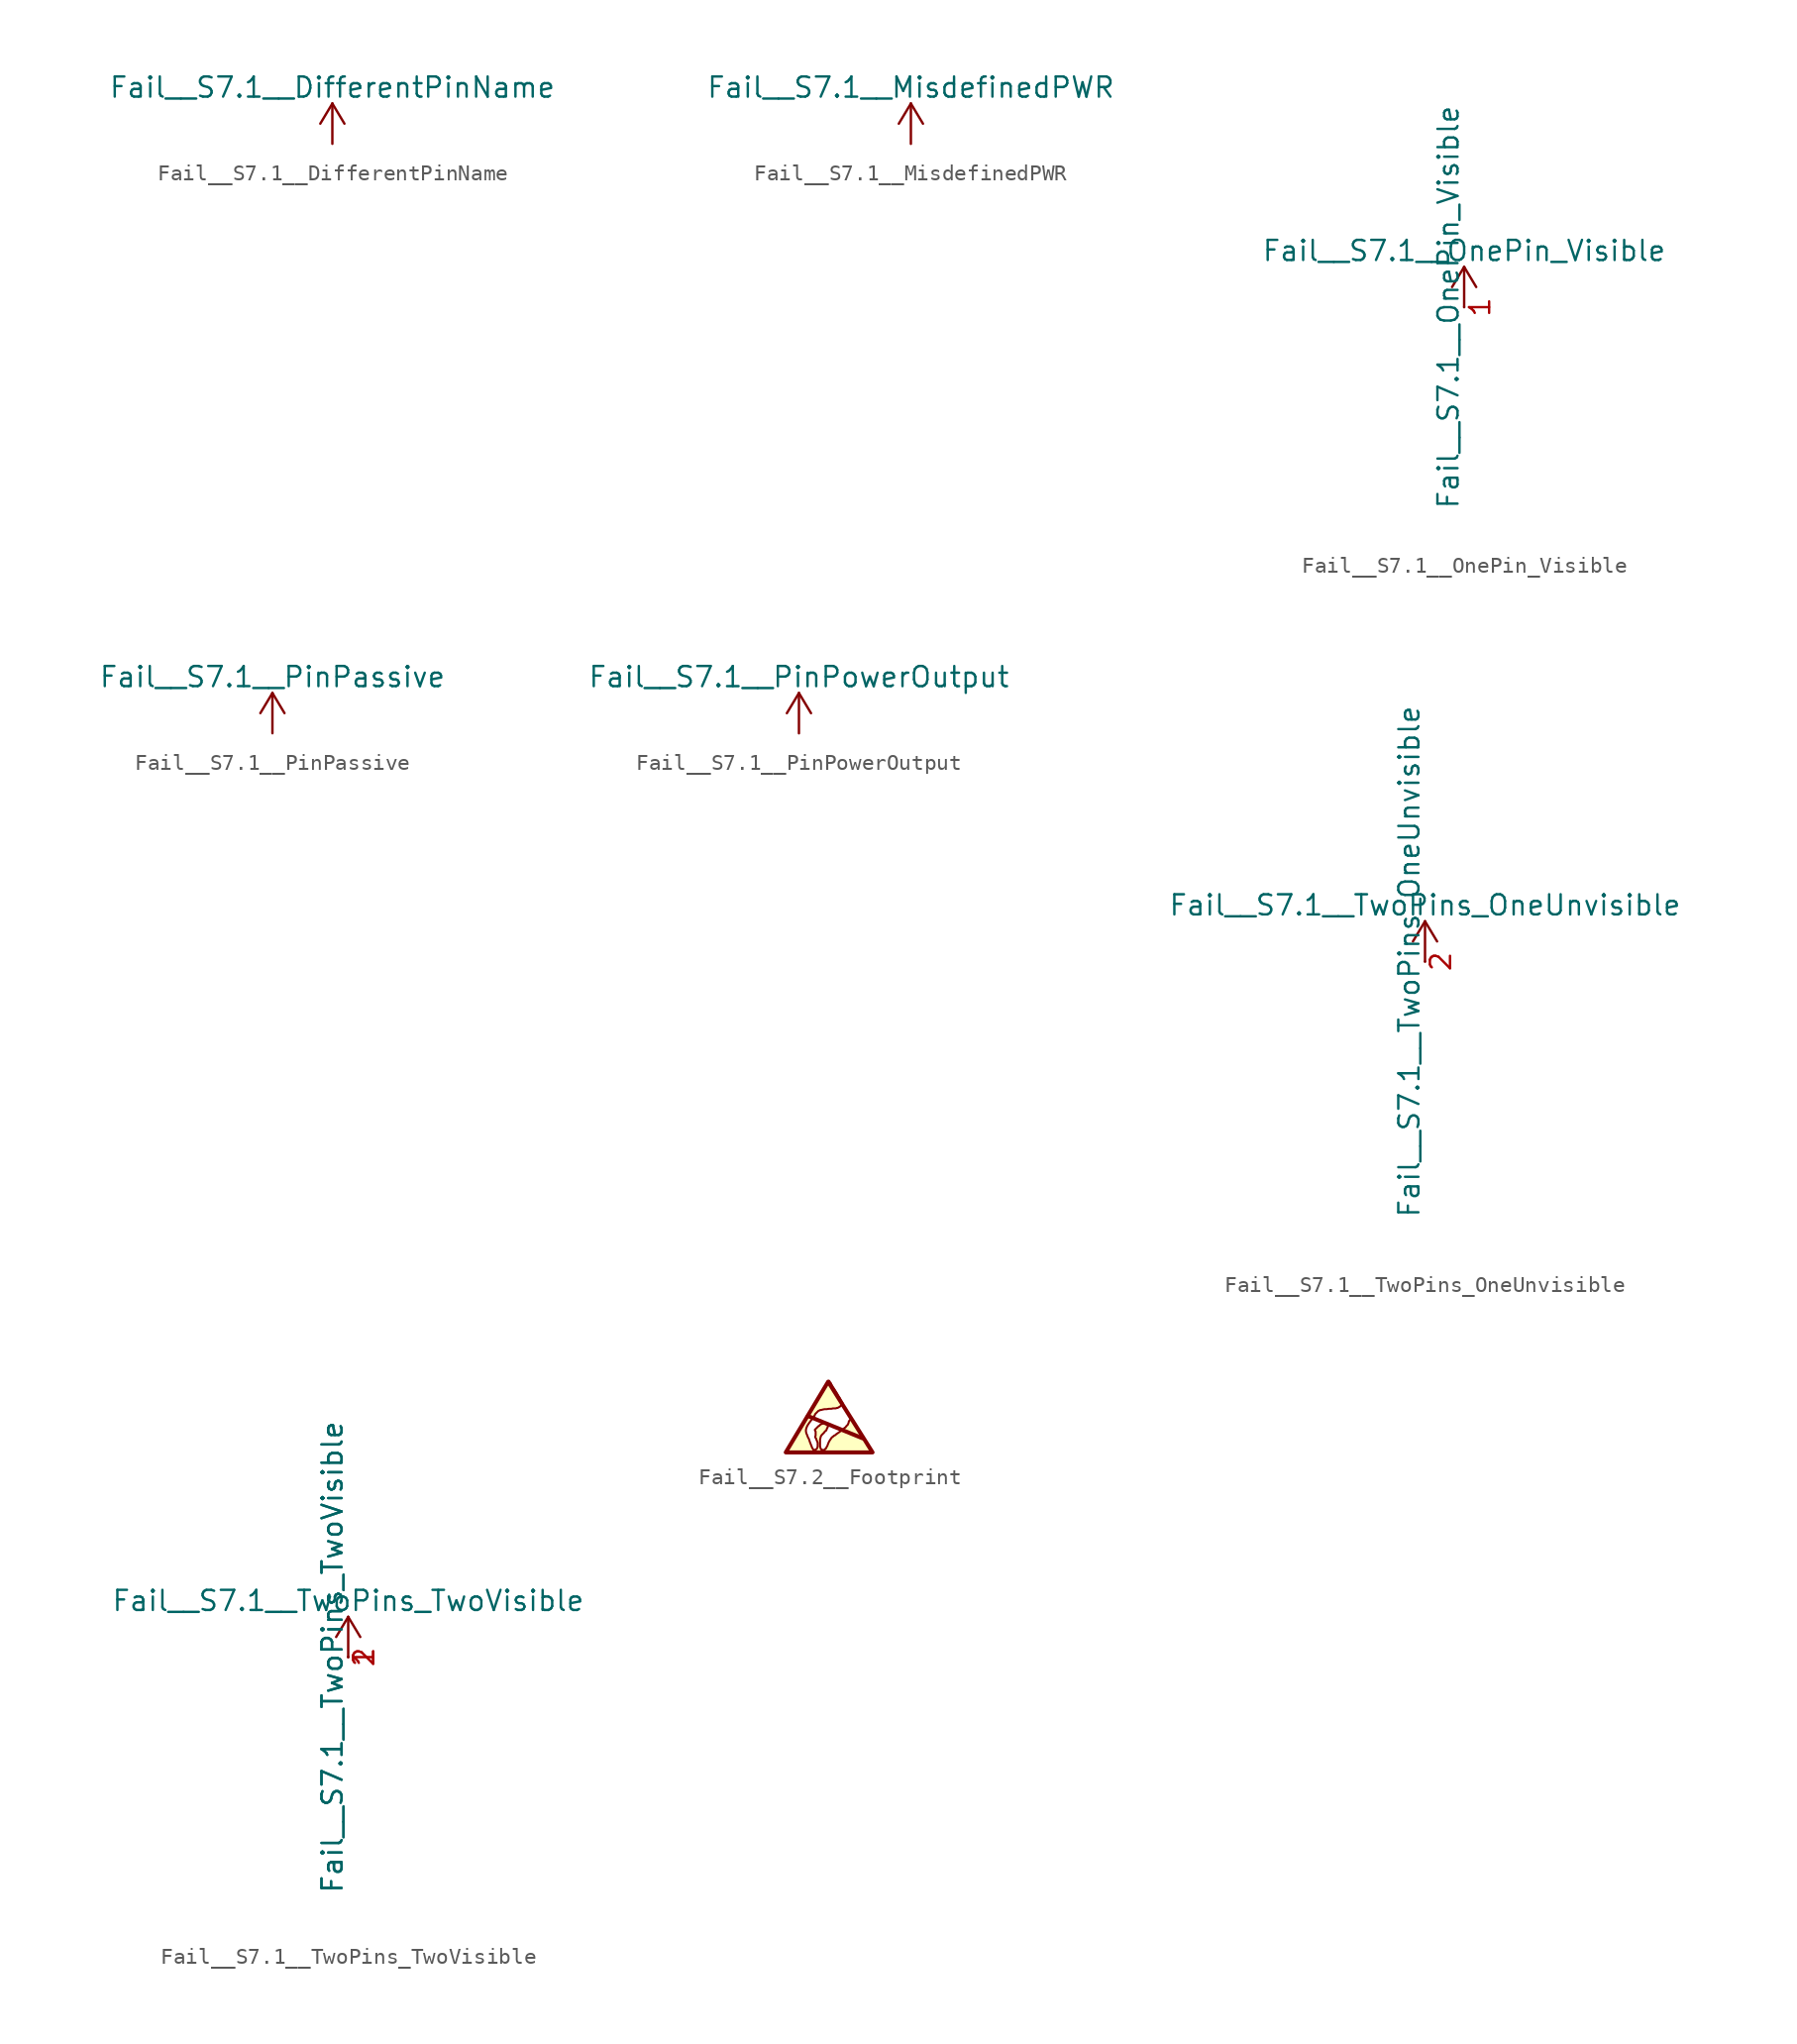
<source format=kicad_sym>
(kicad_symbol_lib
  (version 20201005)
  (generator kicad_symbol_editor)
  (symbol "CI_Test_S7.x:Fail__S7.1__DifferentPinName"
    (power)
    (pin_names
      (offset 0))
    (property "Reference" "#PWR"
      (at 0 -3.81 0)
      (effects (font (size 1.27 1.27)) hide))
    (property "Value" "Fail__S7.1__DifferentPinName"
      (at 0 3.556 0)
      (effects (font (size 1.27 1.27))))
    (symbol "Fail__S7.1__DifferentPinName_0_1"
      (polyline (pts (xy -0.762 1.27) (xy 0 2.54)) (stroke (width 0)) (fill (type none)))
      (polyline (pts (xy 0 0) (xy 0 2.54)) (stroke (width 0)) (fill (type none)))
      (polyline (pts (xy 0 2.54) (xy 0.762 1.27)) (stroke (width 0)) (fill (type none))))
    (symbol "Fail__S7.1__DifferentPinName_1_1"
      (pin power_in line (at 0 0 90) (length 0) hide (name "Fail__S7.1__DifferentName" (effects (font (size 1.27 1.27)))) (number "1" (effects (font (size 1.27 1.27)))))))
  (symbol "CI_Test_S7.x:Fail__S7.1__MisdefinedPWR"
    (power)
    (pin_names
      (offset 0))
    (property "Reference" "#PWRR"
      (at 0 -3.81 0)
      (effects (font (size 1.27 1.27)) hide))
    (property "Value" "Fail__S7.1__MisdefinedPWR"
      (at 0 3.556 0)
      (effects (font (size 1.27 1.27))))
    (symbol "Fail__S7.1__MisdefinedPWR_0_1"
      (polyline (pts (xy -0.762 1.27) (xy 0 2.54)) (stroke (width 0)) (fill (type none)))
      (polyline (pts (xy 0 0) (xy 0 2.54)) (stroke (width 0)) (fill (type none)))
      (polyline (pts (xy 0 2.54) (xy 0.762 1.27)) (stroke (width 0)) (fill (type none))))
    (symbol "Fail__S7.1__MisdefinedPWR_1_1"
      (pin power_in line (at 0 0 90) (length 0) hide (name "Fail__S7.1__MisdefinedPWR" (effects (font (size 1.27 1.27)))) (number "1" (effects (font (size 1.27 1.27)))))))
  (symbol "CI_Test_S7.x:Fail__S7.1__OnePin_Visible"
    (power)
    (pin_names
      (offset 0))
    (property "Reference" "#PWR"
      (at 0 -3.81 0)
      (effects (font (size 1.27 1.27)) hide))
    (property "Value" "Fail__S7.1__OnePin_Visible"
      (at 0 3.556 0)
      (effects (font (size 1.27 1.27))))
    (symbol "Fail__S7.1__OnePin_Visible_0_1"
      (polyline (pts (xy -0.762 1.27) (xy 0 2.54)) (stroke (width 0)) (fill (type none)))
      (polyline (pts (xy 0 0) (xy 0 2.54)) (stroke (width 0)) (fill (type none)))
      (polyline (pts (xy 0 2.54) (xy 0.762 1.27)) (stroke (width 0)) (fill (type none))))
    (symbol "Fail__S7.1__OnePin_Visible_1_1"
      (pin power_in line (at 0 0 90) (length 0) (name "Fail__S7.1__OnePin_Visible" (effects (font (size 1.27 1.27)))) (number "1" (effects (font (size 1.27 1.27)))))))
  (symbol "CI_Test_S7.x:Fail__S7.1__PinPassive"
    (power)
    (pin_names
      (offset 0))
    (property "Reference" "#PWR"
      (at 0 -3.81 0)
      (effects (font (size 1.27 1.27)) hide))
    (property "Value" "Fail__S7.1__PinPassive"
      (at 0 3.556 0)
      (effects (font (size 1.27 1.27))))
    (symbol "Fail__S7.1__PinPassive_0_1"
      (polyline (pts (xy -0.762 1.27) (xy 0 2.54)) (stroke (width 0)) (fill (type none)))
      (polyline (pts (xy 0 0) (xy 0 2.54)) (stroke (width 0)) (fill (type none)))
      (polyline (pts (xy 0 2.54) (xy 0.762 1.27)) (stroke (width 0)) (fill (type none))))
    (symbol "Fail__S7.1__PinPassive_1_1"
      (pin passive line (at 0 0 90) (length 0) hide (name "Fail__S7.1__PinPassive" (effects (font (size 1.27 1.27)))) (number "1" (effects (font (size 1.27 1.27)))))))
  (symbol "CI_Test_S7.x:Fail__S7.1__PinPowerOutput"
    (power)
    (pin_names
      (offset 0))
    (property "Reference" "#PWR"
      (at 0 -3.81 0)
      (effects (font (size 1.27 1.27)) hide))
    (property "Value" "Fail__S7.1__PinPowerOutput"
      (at 0 3.556 0)
      (effects (font (size 1.27 1.27))))
    (symbol "Fail__S7.1__PinPowerOutput_0_1"
      (polyline (pts (xy -0.762 1.27) (xy 0 2.54)) (stroke (width 0)) (fill (type none)))
      (polyline (pts (xy 0 0) (xy 0 2.54)) (stroke (width 0)) (fill (type none)))
      (polyline (pts (xy 0 2.54) (xy 0.762 1.27)) (stroke (width 0)) (fill (type none))))
    (symbol "Fail__S7.1__PinPowerOutput_1_1"
      (pin power_out line (at 0 0 90) (length 0) hide (name "Fail__S7.1__PinPowerOutput" (effects (font (size 1.27 1.27)))) (number "1" (effects (font (size 1.27 1.27)))))))
  (symbol "CI_Test_S7.x:Fail__S7.1__TwoPins_OneUnvisible"
    (power)
    (pin_names
      (offset 0))
    (property "Reference" "#PWR"
      (at 0 -3.81 0)
      (effects (font (size 1.27 1.27)) hide))
    (property "Value" "Fail__S7.1__TwoPins_OneUnvisible"
      (at 0 3.556 0)
      (effects (font (size 1.27 1.27))))
    (symbol "Fail__S7.1__TwoPins_OneUnvisible_0_1"
      (polyline (pts (xy -0.762 1.27) (xy 0 2.54)) (stroke (width 0)) (fill (type none)))
      (polyline (pts (xy 0 0) (xy 0 2.54)) (stroke (width 0)) (fill (type none)))
      (polyline (pts (xy 0 2.54) (xy 0.762 1.27)) (stroke (width 0)) (fill (type none))))
    (symbol "Fail__S7.1__TwoPins_OneUnvisible_1_1"
      (pin power_in line (at 0 0 90) (length 0) (name "Fail__S7.1__TwoPins_OneUnvisible" (effects (font (size 1.27 1.27)))) (number "2" (effects (font (size 1.27 1.27)))))
      (pin power_in line (at 0 0 90) (length 0) hide (name "Fail__S7.1__TwoPins_OneUnvisible" (effects (font (size 1.27 1.27)))) (number "1" (effects (font (size 1.27 1.27)))))))
  (symbol "CI_Test_S7.x:Fail__S7.1__TwoPins_TwoVisible"
    (power)
    (pin_names
      (offset 0))
    (property "Reference" "#PWR"
      (at 0 -3.81 0)
      (effects (font (size 1.27 1.27)) hide))
    (property "Value" "Fail__S7.1__TwoPins_TwoVisible"
      (at 0 3.556 0)
      (effects (font (size 1.27 1.27))))
    (symbol "Fail__S7.1__TwoPins_TwoVisible_0_1"
      (polyline (pts (xy -0.762 1.27) (xy 0 2.54)) (stroke (width 0)) (fill (type none)))
      (polyline (pts (xy 0 0) (xy 0 2.54)) (stroke (width 0)) (fill (type none)))
      (polyline (pts (xy 0 2.54) (xy 0.762 1.27)) (stroke (width 0)) (fill (type none))))
    (symbol "Fail__S7.1__TwoPins_TwoVisible_1_1"
      (pin power_in line (at 0 0 90) (length 0) (name "Fail__S7.1__TwoPins_TwoVisible" (effects (font (size 1.27 1.27)))) (number "2" (effects (font (size 1.27 1.27)))))
      (pin power_in line (at 0 0 90) (length 0) (name "Fail__S7.1__TwoPins_TwoVisible" (effects (font (size 1.27 1.27)))) (number "1" (effects (font (size 1.27 1.27)))))))
  (symbol "CI_Test_S7.x:Fail__S7.2__Footprint"
    (pin_names
      (offset 1.016))
    (property "Reference" "#SYM"
      (at 0 3.556 0)
      (effects (font (size 1.27 1.27)) hide))
    (symbol "Fail__S7.2__Footprint_0_0"
      (polyline (pts (xy -1.27 0.381) (xy 2.159 -1.016)) (stroke (width 0.254)) (fill (type none)))
      (polyline (pts (xy -2.667 -1.905) (xy 2.794 -1.905) (xy 0 2.54) (xy -2.667 -1.905)) (stroke (width 0.254)) (fill (type none)))
      (polyline (pts (xy 2.743 -1.905) (xy 2.718 -1.88) (xy 2.616 -1.676) (xy 2.565 -1.6) (xy 2.489 -1.499) (xy 2.438 -1.372) (xy 1.753 -0.229) (xy 1.702 -0.127) (xy 1.626 -0.051) (xy 1.6 0.051) (xy 1.549 0.102) (xy 1.499 0.203) (xy 1.473 0.229) (xy 1.473 0.203) (xy 1.448 0.203) (xy 1.321 0.076) (xy 1.295 0.025) (xy 1.295 -0.025) (xy 1.27 -0.076) (xy 1.245 -0.152) (xy 1.143 -0.254) (xy 1.092 -0.33) (xy 1.041 -0.356) (xy 0.914 -0.483) (xy 0.762 -0.584) (xy 0.66 -0.66) (xy 0.508 -0.762) (xy 0.457 -0.813) (xy 0.356 -0.864) (xy 0.305 -0.914) (xy 0.229 -0.965) (xy 0.076 -1.194) (xy 0.025 -1.295) (xy -0.025 -1.422) (xy -0.051 -1.499) (xy -0.102 -1.575) (xy -0.127 -1.651) (xy -0.178 -1.676) (xy -0.203 -1.727) (xy -0.254 -1.753) (xy -0.406 -1.753) (xy -0.406 -1.727) (xy -0.457 -1.702) (xy -0.483 -1.626) (xy -0.508 -1.524) (xy -0.508 -1.092) (xy -0.457 -0.889) (xy -0.406 -0.813) (xy -0.254 -0.66) (xy -0.203 -0.584) (xy -0.127 -0.533) (xy -0.102 -0.483) (xy -0.076 -0.406) (xy -0.051 -0.356) (xy -0.025 -0.33) (xy -0.025 -0.279) (xy 0 -0.229) (xy -0.076 -0.152) (xy -0.127 -0.127) (xy -0.152 -0.076) (xy -0.203 -0.051) (xy -0.229 -0.025) (xy -0.254 -0.025) (xy -0.305 -0.076) (xy -0.356 -0.102) (xy -0.432 -0.127) (xy -0.483 -0.152) (xy -0.559 -0.229) (xy -0.61 -0.254) (xy -0.838 -0.483) (xy -0.813 -0.559) (xy -0.787 -0.584) (xy -0.787 -0.864) (xy -0.813 -0.889) (xy -0.813 -0.965) (xy -0.762 -1.016) (xy -0.762 -1.041) (xy -0.66 -1.295) (xy -0.66 -1.575) (xy -0.686 -1.6) (xy -0.686 -1.626) (xy -0.737 -1.702) (xy -0.838 -1.753) (xy -0.914 -1.753) (xy -0.94 -1.727) (xy -0.965 -1.676) (xy -1.016 -1.6) (xy -1.041 -1.524) (xy -1.143 -1.27) (xy -1.219 -1.041) (xy -1.27 -0.965) (xy -1.295 -0.889) (xy -1.321 -0.838) (xy -1.321 -0.813) (xy -1.372 -0.711) (xy -1.397 -0.584) (xy -1.397 -0.483) (xy -1.372 -0.381) (xy -1.321 -0.254) (xy -1.295 -0.203) (xy -1.194 -0.051) (xy -1.041 0.152) (xy -0.991 0.203) (xy -0.965 0.254) (xy -0.914 0.33) (xy -0.889 0.381) (xy -0.864 0.381) (xy -0.813 0.508) (xy -0.61 0.711) (xy -0.533 0.737) (xy -0.508 0.762) (xy -0.432 0.762) (xy -0.356 0.787) (xy -0.229 0.813) (xy -0.102 0.813) (xy 0.051 0.838) (xy 0.203 0.838) (xy 0.305 0.864) (xy 0.483 0.864) (xy 0.533 0.889) (xy 0.584 0.889) (xy 0.686 0.94) (xy 0.711 0.965) (xy 0.762 0.991) (xy 0.813 1.041) (xy 0.864 1.067) (xy 0.889 1.118) (xy 0.914 1.143) (xy 0.914 1.194) (xy 0.889 1.219) (xy 0.864 1.27) (xy 0.813 1.346) (xy 0.711 1.549) (xy 0.635 1.651) (xy 0.584 1.753) (xy 0.508 1.88) (xy 0.457 1.956) (xy 0.381 2.083) (xy 0.305 2.184) (xy 0.254 2.286) (xy 0.203 2.362) (xy 0.178 2.438) (xy 0.102 2.515) (xy 0.102 2.54) (xy 0.076 2.565) (xy 0.076 2.591) (xy 0.025 2.591) (xy 0.025 2.565) (xy -0.025 2.515) (xy -0.102 2.362) (xy -0.254 2.134) (xy -0.305 2.032) (xy -0.457 1.778) (xy -0.559 1.626) (xy -0.762 1.27) (xy -0.889 1.067) (xy -1.016 0.838) (xy -1.168 0.61) (xy -1.321 0.33) (xy -1.397 0.203) (xy -1.524 -0.025) (xy -1.778 -0.432) (xy -1.88 -0.635) (xy -2.007 -0.813) (xy -2.108 -0.991) (xy -2.21 -1.143) (xy -2.286 -1.295) (xy -2.438 -1.549) (xy -2.489 -1.651) (xy -2.565 -1.753) (xy -2.591 -1.829) (xy -2.616 -1.88) (xy -2.642 -1.905) (xy -2.642 -1.93) (xy 2.743 -1.93) (xy 2.743 -1.905)) (stroke (width 0.127)) (fill (type background))))))
</source>
